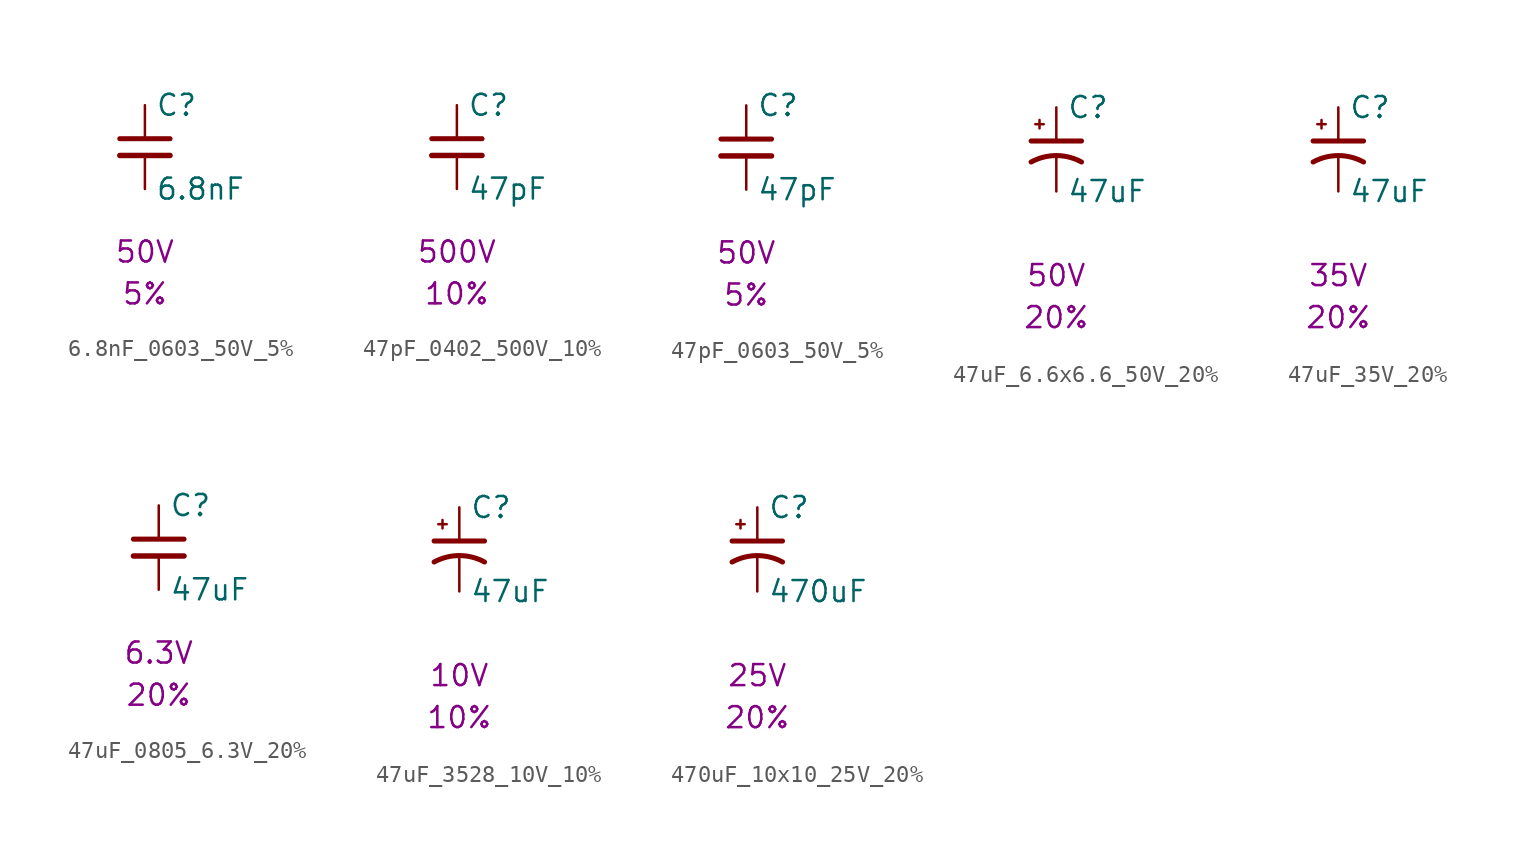
<source format=kicad_sym>
(kicad_symbol_lib
  (version 20231120)
  (generator "kicad_symbol_editor")
  (generator_version "8.0")
  (symbol "6.8nF_0603_50V_5%"
    (pin_numbers hide)
    (pin_names
      (offset 0.254))
    (property "Reference" "C"
      (at 0.635 2.54 0)
      (effects (font (size 1.27 1.27)) (justify left)))
    (property "Value" "6.8nF"
      (at 0.635 -2.54 0)
      (effects (font (size 1.27 1.27)) (justify left)))
    (property "Voltage" "50V"
      (at 0 -6.35 0)
      (effects (font (size 1.27 1.27))))
    (property "Tolerance" "5%"
      (at 0 -8.89 0)
      (effects (font (size 1.27 1.27))))
    (symbol "6.8nF_0603_50V_5%_0_1"
      (polyline (pts (xy -1.524 -0.508) (xy 1.524 -0.508)) (stroke (width 0.33) (type default)) (fill (type none)))
      (polyline (pts (xy -1.524 0.508) (xy 1.524 0.508)) (stroke (width 0.305) (type default)) (fill (type none))))
    (symbol "6.8nF_0603_50V_5%_1_1"
      (pin passive line (at 0 2.54 270) (length 2.032) (name "~" (effects (font (size 1.27 1.27)))) (number "1" (effects (font (size 1.27 1.27)))))
      (pin passive line (at 0 -2.54 90) (length 2.032) (name "~" (effects (font (size 1.27 1.27)))) (number "2" (effects (font (size 1.27 1.27)))))))
  (symbol "47pF_0402_500V_10%"
    (pin_numbers hide)
    (pin_names
      (offset 0.254))
    (property "Reference" "C"
      (at 0.635 2.54 0)
      (effects (font (size 1.27 1.27)) (justify left)))
    (property "Value" "47pF"
      (at 0.635 -2.54 0)
      (effects (font (size 1.27 1.27)) (justify left)))
    (property "Voltage" "500V"
      (at 0 -6.35 0)
      (effects (font (size 1.27 1.27))))
    (property "Tolerance" "10%"
      (at 0 -8.89 0)
      (effects (font (size 1.27 1.27))))
    (symbol "47pF_0402_500V_10%_0_1"
      (polyline (pts (xy -1.524 -0.508) (xy 1.524 -0.508)) (stroke (width 0.33) (type default)) (fill (type none)))
      (polyline (pts (xy -1.524 0.508) (xy 1.524 0.508)) (stroke (width 0.305) (type default)) (fill (type none))))
    (symbol "47pF_0402_500V_10%_1_1"
      (pin passive line (at 0 2.54 270) (length 2.032) (name "~" (effects (font (size 1.27 1.27)))) (number "1" (effects (font (size 1.27 1.27)))))
      (pin passive line (at 0 -2.54 90) (length 2.032) (name "~" (effects (font (size 1.27 1.27)))) (number "2" (effects (font (size 1.27 1.27)))))))
  (symbol "47pF_0603_50V_5%"
    (pin_numbers hide)
    (pin_names
      (offset 0.254))
    (property "Reference" "C"
      (at 0.635 2.54 0)
      (effects (font (size 1.27 1.27)) (justify left)))
    (property "Value" "47pF"
      (at 0.635 -2.54 0)
      (effects (font (size 1.27 1.27)) (justify left)))
    (property "Voltage" "50V"
      (at 0 -6.35 0)
      (effects (font (size 1.27 1.27))))
    (property "Tolerance" "5%"
      (at 0 -8.89 0)
      (effects (font (size 1.27 1.27))))
    (symbol "47pF_0603_50V_5%_0_1"
      (polyline (pts (xy -1.524 -0.508) (xy 1.524 -0.508)) (stroke (width 0.33) (type default)) (fill (type none)))
      (polyline (pts (xy -1.524 0.508) (xy 1.524 0.508)) (stroke (width 0.305) (type default)) (fill (type none))))
    (symbol "47pF_0603_50V_5%_1_1"
      (pin passive line (at 0 2.54 270) (length 2.032) (name "~" (effects (font (size 1.27 1.27)))) (number "1" (effects (font (size 1.27 1.27)))))
      (pin passive line (at 0 -2.54 90) (length 2.032) (name "~" (effects (font (size 1.27 1.27)))) (number "2" (effects (font (size 1.27 1.27)))))))
  (symbol "47uF_6.6x6.6_50V_20%"
    (pin_numbers hide)
    (pin_names
      (offset 0.254) hide)
    (property "Reference" "C"
      (at 0.635 2.54 0)
      (effects (font (size 1.27 1.27)) (justify left)))
    (property "Value" "47uF"
      (at 0.635 -2.54 0)
      (effects (font (size 1.27 1.27)) (justify left)))
    (property "Voltage" "50V"
      (at 0 -7.62 0)
      (effects (font (size 1.27 1.27))))
    (property "Tolerance" "20%"
      (at 0 -10.16 0)
      (effects (font (size 1.27 1.27))))
    (symbol "47uF_6.6x6.6_50V_20%_0_1"
      (polyline (pts (xy -1.524 0.508) (xy 1.524 0.508)) (stroke (width 0.305) (type default)) (fill (type none)))
      (polyline (pts (xy -1.27 1.524) (xy -0.762 1.524)) (stroke (width 0) (type default)) (fill (type none)))
      (polyline (pts (xy -1.016 1.27) (xy -1.016 1.778)) (stroke (width 0) (type default)) (fill (type none)))
      (arc (start 1.524 -0.762) (mid 0 -0.3734) (end -1.524 -0.762) (stroke (width 0.3048) (type default)) (fill (type none))))
    (symbol "47uF_6.6x6.6_50V_20%_1_1"
      (pin passive line (at 0 2.54 270) (length 2.032) (name "~" (effects (font (size 1.27 1.27)))) (number "1" (effects (font (size 1.27 1.27)))))
      (pin passive line (at 0 -2.54 90) (length 2.032) (name "~" (effects (font (size 1.27 1.27)))) (number "2" (effects (font (size 1.27 1.27)))))))
  (symbol "47uF_35V_20%"
    (pin_numbers hide)
    (pin_names
      (offset 0.254) hide)
    (property "Reference" "C"
      (at 0.635 2.54 0)
      (effects (font (size 1.27 1.27)) (justify left)))
    (property "Value" "47uF"
      (at 0.635 -2.54 0)
      (effects (font (size 1.27 1.27)) (justify left)))
    (property "Voltage" "35V"
      (at 0 -7.62 0)
      (effects (font (size 1.27 1.27))))
    (property "Tolerance" "20%"
      (at 0 -10.16 0)
      (effects (font (size 1.27 1.27))))
    (symbol "47uF_35V_20%_0_1"
      (polyline (pts (xy -1.524 0.508) (xy 1.524 0.508)) (stroke (width 0.305) (type default)) (fill (type none)))
      (polyline (pts (xy -1.27 1.524) (xy -0.762 1.524)) (stroke (width 0) (type default)) (fill (type none)))
      (polyline (pts (xy -1.016 1.27) (xy -1.016 1.778)) (stroke (width 0) (type default)) (fill (type none)))
      (arc (start 1.524 -0.762) (mid 0 -0.3734) (end -1.524 -0.762) (stroke (width 0.3048) (type default)) (fill (type none))))
    (symbol "47uF_35V_20%_1_1"
      (pin passive line (at 0 2.54 270) (length 2.032) (name "~" (effects (font (size 1.27 1.27)))) (number "1" (effects (font (size 1.27 1.27)))))
      (pin passive line (at 0 -2.54 90) (length 2.032) (name "~" (effects (font (size 1.27 1.27)))) (number "2" (effects (font (size 1.27 1.27)))))))
  (symbol "47uF_0805_6.3V_20%"
    (pin_numbers hide)
    (pin_names
      (offset 0.254))
    (property "Reference" "C"
      (at 0.635 2.54 0)
      (effects (font (size 1.27 1.27)) (justify left)))
    (property "Value" "47uF"
      (at 0.635 -2.54 0)
      (effects (font (size 1.27 1.27)) (justify left)))
    (property "Voltage" "6.3V"
      (at 0 -6.35 0)
      (effects (font (size 1.27 1.27))))
    (property "Tolerance" "20%"
      (at 0 -8.89 0)
      (effects (font (size 1.27 1.27))))
    (symbol "47uF_0805_6.3V_20%_0_1"
      (polyline (pts (xy -1.524 -0.508) (xy 1.524 -0.508)) (stroke (width 0.33) (type default)) (fill (type none)))
      (polyline (pts (xy -1.524 0.508) (xy 1.524 0.508)) (stroke (width 0.305) (type default)) (fill (type none))))
    (symbol "47uF_0805_6.3V_20%_1_1"
      (pin passive line (at 0 2.54 270) (length 2.032) (name "~" (effects (font (size 1.27 1.27)))) (number "1" (effects (font (size 1.27 1.27)))))
      (pin passive line (at 0 -2.54 90) (length 2.032) (name "~" (effects (font (size 1.27 1.27)))) (number "2" (effects (font (size 1.27 1.27)))))))
  (symbol "47uF_3528_10V_10%"
    (pin_numbers hide)
    (pin_names
      (offset 0.254) hide)
    (property "Reference" "C"
      (at 0.635 2.54 0)
      (effects (font (size 1.27 1.27)) (justify left)))
    (property "Value" "47uF"
      (at 0.635 -2.54 0)
      (effects (font (size 1.27 1.27)) (justify left)))
    (property "Voltage" "10V"
      (at 0 -7.62 0)
      (effects (font (size 1.27 1.27))))
    (property "Tolerance" "10%"
      (at 0 -10.16 0)
      (effects (font (size 1.27 1.27))))
    (symbol "47uF_3528_10V_10%_0_1"
      (polyline (pts (xy -1.524 0.508) (xy 1.524 0.508)) (stroke (width 0.305) (type default)) (fill (type none)))
      (polyline (pts (xy -1.27 1.524) (xy -0.762 1.524)) (stroke (width 0) (type default)) (fill (type none)))
      (polyline (pts (xy -1.016 1.27) (xy -1.016 1.778)) (stroke (width 0) (type default)) (fill (type none)))
      (arc (start 1.524 -0.762) (mid 0 -0.3734) (end -1.524 -0.762) (stroke (width 0.3048) (type default)) (fill (type none))))
    (symbol "47uF_3528_10V_10%_1_1"
      (pin passive line (at 0 2.54 270) (length 2.032) (name "~" (effects (font (size 1.27 1.27)))) (number "1" (effects (font (size 1.27 1.27)))))
      (pin passive line (at 0 -2.54 90) (length 2.032) (name "~" (effects (font (size 1.27 1.27)))) (number "2" (effects (font (size 1.27 1.27)))))))
  (symbol "470uF_10x10_25V_20%"
    (pin_numbers hide)
    (pin_names
      (offset 0.254) hide)
    (property "Reference" "C"
      (at 0.635 2.54 0)
      (effects (font (size 1.27 1.27)) (justify left)))
    (property "Value" "470uF"
      (at 0.635 -2.54 0)
      (effects (font (size 1.27 1.27)) (justify left)))
    (property "Voltage" "25V"
      (at 0 -7.62 0)
      (effects (font (size 1.27 1.27))))
    (property "Tolerance" "20%"
      (at 0 -10.16 0)
      (effects (font (size 1.27 1.27))))
    (symbol "470uF_10x10_25V_20%_0_1"
      (polyline (pts (xy -1.524 0.508) (xy 1.524 0.508)) (stroke (width 0.305) (type default)) (fill (type none)))
      (polyline (pts (xy -1.27 1.524) (xy -0.762 1.524)) (stroke (width 0) (type default)) (fill (type none)))
      (polyline (pts (xy -1.016 1.27) (xy -1.016 1.778)) (stroke (width 0) (type default)) (fill (type none)))
      (arc (start 1.524 -0.762) (mid 0 -0.3734) (end -1.524 -0.762) (stroke (width 0.3048) (type default)) (fill (type none))))
    (symbol "470uF_10x10_25V_20%_1_1"
      (pin passive line (at 0 2.54 270) (length 2.032) (name "~" (effects (font (size 1.27 1.27)))) (number "1" (effects (font (size 1.27 1.27)))))
      (pin passive line (at 0 -2.54 90) (length 2.032) (name "~" (effects (font (size 1.27 1.27)))) (number "2" (effects (font (size 1.27 1.27))))))))
</source>
